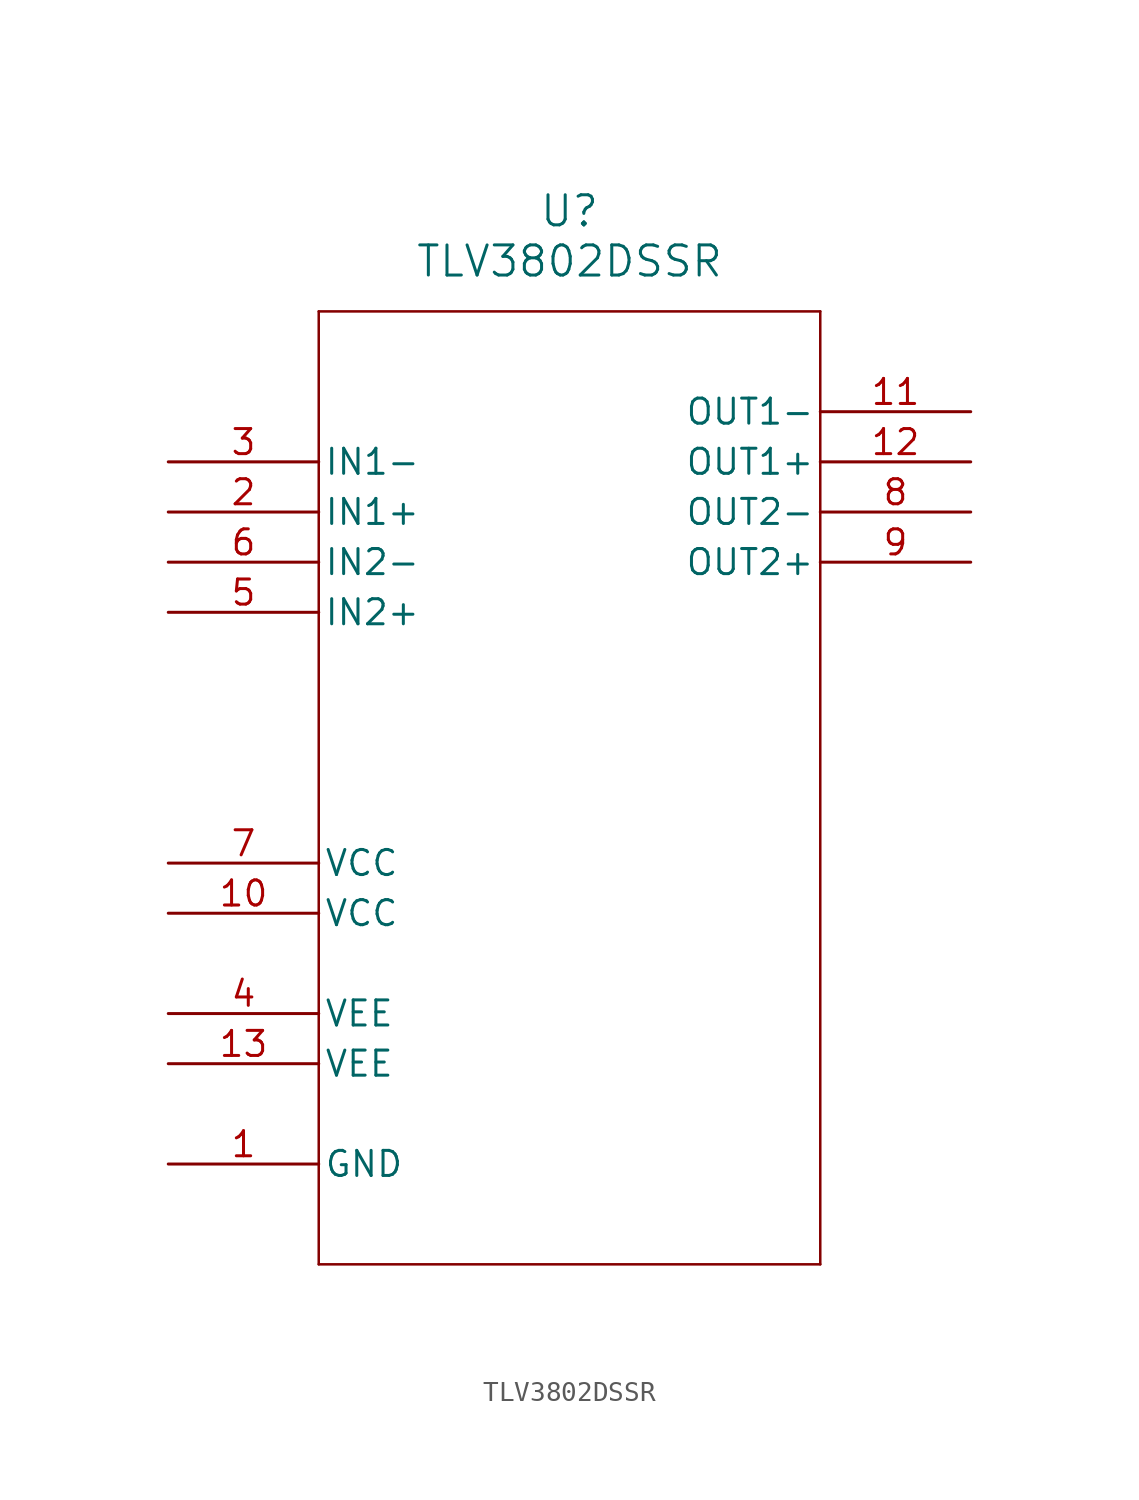
<source format=kicad_sym>
(kicad_symbol_lib
  (version 20211014)
  (generator kicad_symbol_editor)
  (symbol "TLV3802DSSR"
    (pin_names
      (offset 0.254))
    (property "Reference" "U"
      (at 20.32 12.7 0)
      (effects (font (size 1.524 1.524))))
    (property "Value" "TLV3802DSSR"
      (at 20.32 10.16 0)
      (effects (font (size 1.524 1.524))))
    (symbol "TLV3802DSSR_0_1"
      (polyline (pts (xy 7.62 7.62) (xy 7.62 -40.64)) (stroke (width 0.127) (type default) (color 0 0 0 0)) (fill (type none)))
      (polyline (pts (xy 7.62 -40.64) (xy 33.02 -40.64)) (stroke (width 0.127) (type default) (color 0 0 0 0)) (fill (type none)))
      (polyline (pts (xy 33.02 -40.64) (xy 33.02 7.62)) (stroke (width 0.127) (type default) (color 0 0 0 0)) (fill (type none)))
      (polyline (pts (xy 33.02 7.62) (xy 7.62 7.62)) (stroke (width 0.127) (type default) (color 0 0 0 0)) (fill (type none)))
      (pin power_out line (at 0 -35.56 0) (length 7.62) (name "GND" (effects (font (size 1.27 1.27)))) (number "1" (effects (font (size 1.27 1.27)))))
      (pin input line (at 0 -2.54 0) (length 7.62) (name "IN1+" (effects (font (size 1.27 1.27)))) (number "2" (effects (font (size 1.27 1.27)))))
      (pin input line (at 0 0 0) (length 7.62) (name "IN1-" (effects (font (size 1.27 1.27)))) (number "3" (effects (font (size 1.27 1.27)))))
      (pin power_in line (at 0 -27.94 0) (length 7.62) (name "VEE" (effects (font (size 1.27 1.27)))) (number "4" (effects (font (size 1.27 1.27)))))
      (pin input line (at 0 -7.62 0) (length 7.62) (name "IN2+" (effects (font (size 1.27 1.27)))) (number "5" (effects (font (size 1.27 1.27)))))
      (pin input line (at 0 -5.08 0) (length 7.62) (name "IN2-" (effects (font (size 1.27 1.27)))) (number "6" (effects (font (size 1.27 1.27)))))
      (pin power_in line (at 0 -20.32 0) (length 7.62) (name "VCC" (effects (font (size 1.27 1.27)))) (number "7" (effects (font (size 1.27 1.27)))))
      (pin output line (at 40.64 -2.54 180) (length 7.62) (name "OUT2-" (effects (font (size 1.27 1.27)))) (number "8" (effects (font (size 1.27 1.27)))))
      (pin output line (at 40.64 -5.08 180) (length 7.62) (name "OUT2+" (effects (font (size 1.27 1.27)))) (number "9" (effects (font (size 1.27 1.27)))))
      (pin power_in line (at 0 -22.86 0) (length 7.62) (name "VCC" (effects (font (size 1.27 1.27)))) (number "10" (effects (font (size 1.27 1.27)))))
      (pin output line (at 40.64 2.54 180) (length 7.62) (name "OUT1-" (effects (font (size 1.27 1.27)))) (number "11" (effects (font (size 1.27 1.27)))))
      (pin output line (at 40.64 0 180) (length 7.62) (name "OUT1+" (effects (font (size 1.27 1.27)))) (number "12" (effects (font (size 1.27 1.27)))))
      (pin power_in line (at 0 -30.48 0) (length 7.62) (name "VEE" (effects (font (size 1.27 1.27)))) (number "13" (effects (font (size 1.27 1.27))))))))
</source>
